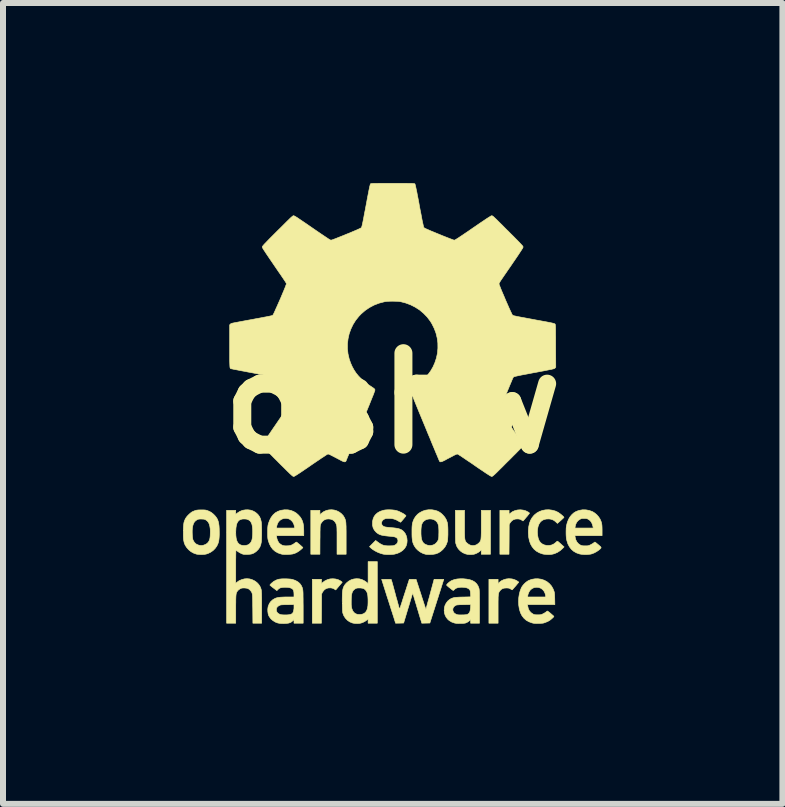
<source format=kicad_pcb>
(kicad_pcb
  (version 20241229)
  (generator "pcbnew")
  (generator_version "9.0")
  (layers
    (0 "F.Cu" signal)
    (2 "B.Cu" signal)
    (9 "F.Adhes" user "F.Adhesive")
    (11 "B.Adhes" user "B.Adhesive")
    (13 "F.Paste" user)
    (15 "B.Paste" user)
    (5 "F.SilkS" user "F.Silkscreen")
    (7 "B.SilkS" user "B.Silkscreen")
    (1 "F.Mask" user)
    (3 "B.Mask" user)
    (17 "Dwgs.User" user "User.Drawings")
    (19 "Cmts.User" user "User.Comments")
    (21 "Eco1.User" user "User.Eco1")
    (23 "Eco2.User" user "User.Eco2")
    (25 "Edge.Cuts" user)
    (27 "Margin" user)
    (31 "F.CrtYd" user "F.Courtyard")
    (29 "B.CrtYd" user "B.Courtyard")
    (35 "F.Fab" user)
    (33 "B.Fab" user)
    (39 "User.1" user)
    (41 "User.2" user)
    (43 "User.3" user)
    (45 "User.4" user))
  (footprint "oshw"
    (layer "F.Cu")
    (at 3.491 3.67)
    (property "Reference" "oshw" (at 0 0 0) (layer "F.SilkS") (effects (font (size 1.524 1.524) (thickness 0.3))))
    (attr through_hole)
    (fp_poly (pts (xy -0.95 2.928) (xy -0.907 2.939) (xy -0.868 2.959) (xy -0.851 2.971) (xy -0.838 2.982) (xy -0.892 3.046) (xy -0.947 3.111) (xy -0.96 3.102) (xy -0.984 3.088) (xy -1.007 3.08) (xy -1.032 3.076) (xy -1.035 3.076) (xy -1.074 3.078) (xy -1.108 3.089) (xy -1.136 3.108) (xy -1.159 3.136) (xy -1.168 3.15) (xy -1.182 3.179) (xy -1.183 3.422) (xy -1.185 3.665) (xy -1.337 3.665) (xy -1.337 2.933) (xy -1.184 2.933) (xy -1.184 3.005) (xy -1.161 2.984) (xy -1.125 2.958) (xy -1.085 2.939) (xy -1.041 2.927) (xy -0.995 2.924) (xy -0.95 2.928)) (stroke (width 0.01) (type solid)) (fill yes) (layer "F.SilkS"))
    (fp_poly (pts (xy 2.176 1.78) (xy 2.22 1.792) (xy 2.261 1.813) (xy 2.265 1.815) (xy 2.276 1.824) (xy 2.282 1.83) (xy 2.282 1.832) (xy 2.279 1.837) (xy 2.271 1.848) (xy 2.258 1.864) (xy 2.244 1.882) (xy 2.227 1.901) (xy 2.211 1.92) (xy 2.197 1.937) (xy 2.189 1.945) (xy 2.175 1.961) (xy 2.149 1.945) (xy 2.131 1.935) (xy 2.113 1.93) (xy 2.091 1.927) (xy 2.089 1.927) (xy 2.05 1.929) (xy 2.015 1.94) (xy 1.987 1.959) (xy 1.964 1.986) (xy 1.959 1.993) (xy 1.944 2.021) (xy 1.943 2.268) (xy 1.941 2.516) (xy 1.789 2.516) (xy 1.789 1.784) (xy 1.942 1.784) (xy 1.942 1.851) (xy 1.963 1.833) (xy 1.998 1.807) (xy 2.039 1.789) (xy 2.084 1.778) (xy 2.13 1.775) (xy 2.176 1.78)) (stroke (width 0.01) (type solid)) (fill yes) (layer "F.SilkS"))
    (fp_poly (pts (xy 1.981 2.926) (xy 2.004 2.93) (xy 2.032 2.939) (xy 2.06 2.951) (xy 2.083 2.965) (xy 2.093 2.972) (xy 2.104 2.981) (xy 2.051 3.045) (xy 2.032 3.066) (xy 2.017 3.084) (xy 2.004 3.098) (xy 1.996 3.107) (xy 1.994 3.108) (xy 1.988 3.106) (xy 1.976 3.1) (xy 1.965 3.093) (xy 1.951 3.085) (xy 1.939 3.081) (xy 1.925 3.079) (xy 1.906 3.078) (xy 1.896 3.078) (xy 1.863 3.08) (xy 1.837 3.087) (xy 1.815 3.099) (xy 1.795 3.118) (xy 1.793 3.121) (xy 1.786 3.13) (xy 1.779 3.139) (xy 1.774 3.148) (xy 1.77 3.159) (xy 1.766 3.172) (xy 1.764 3.188) (xy 1.762 3.209) (xy 1.76 3.235) (xy 1.76 3.267) (xy 1.759 3.306) (xy 1.759 3.353) (xy 1.759 3.409) (xy 1.759 3.429) (xy 1.759 3.665) (xy 1.606 3.665) (xy 1.606 2.933) (xy 1.759 2.933) (xy 1.759 3.006) (xy 1.78 2.984) (xy 1.812 2.959) (xy 1.85 2.941) (xy 1.893 2.928) (xy 1.937 2.923) (xy 1.981 2.926)) (stroke (width 0.01) (type solid)) (fill yes) (layer "F.SilkS"))
    (fp_poly (pts (xy 1.2 2.017) (xy 1.2 2.076) (xy 1.2 2.126) (xy 1.2 2.168) (xy 1.201 2.203) (xy 1.202 2.231) (xy 1.204 2.253) (xy 1.207 2.271) (xy 1.21 2.285) (xy 1.215 2.297) (xy 1.22 2.306) (xy 1.227 2.315) (xy 1.235 2.324) (xy 1.242 2.33) (xy 1.271 2.353) (xy 1.304 2.367) (xy 1.338 2.372) (xy 1.372 2.368) (xy 1.405 2.355) (xy 1.434 2.333) (xy 1.436 2.331) (xy 1.446 2.321) (xy 1.454 2.312) (xy 1.46 2.303) (xy 1.465 2.293) (xy 1.47 2.281) (xy 1.473 2.266) (xy 1.475 2.246) (xy 1.477 2.222) (xy 1.478 2.192) (xy 1.479 2.156) (xy 1.479 2.111) (xy 1.479 2.058) (xy 1.479 2.017) (xy 1.479 1.784) (xy 1.632 1.784) (xy 1.632 2.516) (xy 1.479 2.516) (xy 1.479 2.444) (xy 1.456 2.465) (xy 1.424 2.488) (xy 1.387 2.506) (xy 1.357 2.516) (xy 1.324 2.52) (xy 1.287 2.521) (xy 1.25 2.518) (xy 1.217 2.51) (xy 1.214 2.509) (xy 1.168 2.489) (xy 1.129 2.46) (xy 1.096 2.425) (xy 1.071 2.384) (xy 1.055 2.337) (xy 1.053 2.329) (xy 1.051 2.316) (xy 1.05 2.293) (xy 1.049 2.261) (xy 1.048 2.218) (xy 1.048 2.165) (xy 1.047 2.102) (xy 1.047 2.043) (xy 1.047 1.784) (xy 1.2 1.784) (xy 1.2 2.017)) (stroke (width 0.01) (type solid)) (fill yes) (layer "F.SilkS"))
    (fp_poly (pts (xy -0.972 1.779) (xy -0.929 1.792) (xy -0.889 1.812) (xy -0.853 1.839) (xy -0.822 1.872) (xy -0.801 1.907) (xy -0.795 1.92) (xy -0.79 1.932) (xy -0.786 1.945) (xy -0.782 1.96) (xy -0.779 1.977) (xy -0.777 1.997) (xy -0.776 2.022) (xy -0.774 2.052) (xy -0.774 2.088) (xy -0.773 2.131) (xy -0.773 2.182) (xy -0.773 2.242) (xy -0.773 2.261) (xy -0.773 2.516) (xy -0.925 2.516) (xy -0.925 2.285) (xy -0.925 2.231) (xy -0.925 2.185) (xy -0.925 2.147) (xy -0.926 2.117) (xy -0.926 2.093) (xy -0.927 2.074) (xy -0.928 2.059) (xy -0.929 2.047) (xy -0.931 2.038) (xy -0.933 2.029) (xy -0.935 2.021) (xy -0.951 1.987) (xy -0.973 1.96) (xy -1.002 1.941) (xy -1.036 1.93) (xy -1.07 1.927) (xy -1.106 1.931) (xy -1.139 1.945) (xy -1.167 1.968) (xy -1.189 1.998) (xy -1.196 2.01) (xy -1.198 2.016) (xy -1.2 2.022) (xy -1.202 2.029) (xy -1.204 2.038) (xy -1.205 2.05) (xy -1.206 2.065) (xy -1.207 2.085) (xy -1.207 2.11) (xy -1.208 2.142) (xy -1.208 2.182) (xy -1.208 2.23) (xy -1.209 2.276) (xy -1.21 2.516) (xy -1.362 2.516) (xy -1.362 1.784) (xy -1.21 1.784) (xy -1.21 1.856) (xy -1.184 1.833) (xy -1.147 1.806) (xy -1.105 1.787) (xy -1.062 1.777) (xy -1.017 1.774) (xy -0.972 1.779)) (stroke (width 0.01) (type solid)) (fill yes) (layer "F.SilkS"))
    (fp_poly (pts (xy 2.658 1.781) (xy 2.711 1.795) (xy 2.75 1.813) (xy 2.766 1.822) (xy 2.784 1.835) (xy 2.803 1.849) (xy 2.822 1.865) (xy 2.838 1.879) (xy 2.85 1.891) (xy 2.856 1.899) (xy 2.857 1.901) (xy 2.853 1.906) (xy 2.843 1.916) (xy 2.828 1.93) (xy 2.81 1.947) (xy 2.802 1.954) (xy 2.748 2.002) (xy 2.722 1.978) (xy 2.693 1.954) (xy 2.663 1.939) (xy 2.631 1.93) (xy 2.605 1.927) (xy 2.56 1.929) (xy 2.52 1.939) (xy 2.487 1.957) (xy 2.46 1.983) (xy 2.439 2.017) (xy 2.424 2.058) (xy 2.416 2.107) (xy 2.414 2.147) (xy 2.418 2.201) (xy 2.427 2.248) (xy 2.442 2.287) (xy 2.464 2.319) (xy 2.493 2.343) (xy 2.528 2.36) (xy 2.568 2.369) (xy 2.609 2.37) (xy 2.65 2.362) (xy 2.687 2.345) (xy 2.719 2.321) (xy 2.722 2.318) (xy 2.734 2.307) (xy 2.743 2.299) (xy 2.747 2.298) (xy 2.752 2.301) (xy 2.764 2.309) (xy 2.778 2.321) (xy 2.784 2.327) (xy 2.803 2.343) (xy 2.821 2.36) (xy 2.836 2.373) (xy 2.838 2.375) (xy 2.859 2.393) (xy 2.836 2.417) (xy 2.795 2.454) (xy 2.749 2.484) (xy 2.701 2.505) (xy 2.673 2.513) (xy 2.639 2.519) (xy 2.6 2.521) (xy 2.559 2.519) (xy 2.521 2.515) (xy 2.501 2.511) (xy 2.447 2.492) (xy 2.4 2.466) (xy 2.359 2.432) (xy 2.326 2.391) (xy 2.299 2.343) (xy 2.28 2.288) (xy 2.268 2.227) (xy 2.263 2.16) (xy 2.263 2.125) (xy 2.269 2.06) (xy 2.281 2.002) (xy 2.3 1.951) (xy 2.326 1.906) (xy 2.359 1.866) (xy 2.362 1.863) (xy 2.402 1.83) (xy 2.448 1.804) (xy 2.497 1.786) (xy 2.55 1.776) (xy 2.604 1.774) (xy 2.658 1.781)) (stroke (width 0.01) (type solid)) (fill yes) (layer "F.SilkS"))
    (fp_poly (pts (xy -0.254 3.665) (xy -0.407 3.665) (xy -0.407 3.593) (xy -0.427 3.611) (xy -0.454 3.631) (xy -0.488 3.649) (xy -0.523 3.662) (xy -0.526 3.663) (xy -0.553 3.668) (xy -0.585 3.67) (xy -0.619 3.669) (xy -0.651 3.665) (xy -0.672 3.66) (xy -0.716 3.641) (xy -0.754 3.614) (xy -0.787 3.579) (xy -0.812 3.539) (xy -0.827 3.5) (xy -0.83 3.489) (xy -0.832 3.473) (xy -0.834 3.452) (xy -0.835 3.423) (xy -0.836 3.387) (xy -0.837 3.343) (xy -0.837 3.322) (xy -0.838 3.299) (xy -0.688 3.299) (xy -0.688 3.333) (xy -0.688 3.358) (xy -0.686 3.378) (xy -0.684 3.394) (xy -0.681 3.409) (xy -0.677 3.424) (xy -0.677 3.425) (xy -0.662 3.461) (xy -0.641 3.488) (xy -0.615 3.507) (xy -0.584 3.518) (xy -0.546 3.52) (xy -0.536 3.519) (xy -0.516 3.517) (xy -0.497 3.512) (xy -0.488 3.509) (xy -0.464 3.495) (xy -0.444 3.475) (xy -0.428 3.448) (xy -0.417 3.414) (xy -0.41 3.372) (xy -0.408 3.321) (xy -0.408 3.271) (xy -0.41 3.231) (xy -0.413 3.198) (xy -0.418 3.173) (xy -0.425 3.152) (xy -0.435 3.133) (xy -0.442 3.122) (xy -0.459 3.103) (xy -0.478 3.09) (xy -0.502 3.082) (xy -0.532 3.078) (xy -0.549 3.078) (xy -0.572 3.078) (xy -0.589 3.079) (xy -0.601 3.082) (xy -0.613 3.087) (xy -0.622 3.092) (xy -0.641 3.106) (xy -0.657 3.123) (xy -0.669 3.144) (xy -0.678 3.171) (xy -0.684 3.203) (xy -0.687 3.244) (xy -0.688 3.293) (xy -0.688 3.299) (xy -0.838 3.299) (xy -0.838 3.262) (xy -0.837 3.211) (xy -0.836 3.169) (xy -0.833 3.133) (xy -0.828 3.102) (xy -0.821 3.076) (xy -0.812 3.054) (xy -0.801 3.034) (xy -0.787 3.016) (xy -0.77 2.997) (xy -0.768 2.995) (xy -0.731 2.964) (xy -0.689 2.941) (xy -0.645 2.928) (xy -0.599 2.923) (xy -0.552 2.926) (xy -0.507 2.939) (xy -0.463 2.961) (xy -0.436 2.98) (xy -0.407 3.004) (xy -0.407 2.638) (xy -0.254 2.638) (xy -0.254 3.665)) (stroke (width 0.01) (type solid)) (fill yes) (layer "F.SilkS"))
    (fp_poly (pts (xy 0.658 1.775) (xy 0.709 1.784) (xy 0.747 1.796) (xy 0.779 1.812) (xy 0.809 1.833) (xy 0.836 1.858) (xy 0.87 1.897) (xy 0.895 1.939) (xy 0.912 1.985) (xy 0.913 1.991) (xy 0.917 2.011) (xy 0.92 2.039) (xy 0.922 2.073) (xy 0.923 2.111) (xy 0.923 2.151) (xy 0.923 2.191) (xy 0.921 2.229) (xy 0.919 2.262) (xy 0.917 2.288) (xy 0.914 2.304) (xy 0.898 2.35) (xy 0.875 2.392) (xy 0.844 2.43) (xy 0.837 2.438) (xy 0.8 2.47) (xy 0.761 2.494) (xy 0.718 2.51) (xy 0.671 2.518) (xy 0.623 2.52) (xy 0.6 2.52) (xy 0.579 2.519) (xy 0.564 2.518) (xy 0.559 2.518) (xy 0.513 2.505) (xy 0.469 2.483) (xy 0.428 2.454) (xy 0.392 2.419) (xy 0.364 2.378) (xy 0.355 2.361) (xy 0.345 2.338) (xy 0.337 2.314) (xy 0.332 2.29) (xy 0.328 2.261) (xy 0.325 2.228) (xy 0.324 2.187) (xy 0.324 2.178) (xy 0.474 2.178) (xy 0.477 2.225) (xy 0.483 2.263) (xy 0.494 2.295) (xy 0.509 2.32) (xy 0.529 2.34) (xy 0.551 2.353) (xy 0.59 2.367) (xy 0.629 2.371) (xy 0.668 2.364) (xy 0.687 2.357) (xy 0.713 2.342) (xy 0.737 2.318) (xy 0.756 2.289) (xy 0.759 2.283) (xy 0.763 2.273) (xy 0.766 2.263) (xy 0.768 2.25) (xy 0.77 2.233) (xy 0.771 2.209) (xy 0.771 2.178) (xy 0.772 2.165) (xy 0.772 2.117) (xy 0.77 2.077) (xy 0.767 2.044) (xy 0.76 2.018) (xy 0.751 1.996) (xy 0.739 1.978) (xy 0.723 1.962) (xy 0.718 1.957) (xy 0.69 1.94) (xy 0.658 1.93) (xy 0.623 1.927) (xy 0.589 1.931) (xy 0.556 1.941) (xy 0.529 1.958) (xy 0.51 1.976) (xy 0.498 1.994) (xy 0.489 2.013) (xy 0.482 2.035) (xy 0.478 2.062) (xy 0.475 2.096) (xy 0.474 2.122) (xy 0.474 2.178) (xy 0.324 2.178) (xy 0.324 2.148) (xy 0.324 2.1) (xy 0.325 2.061) (xy 0.328 2.029) (xy 0.332 2.001) (xy 0.339 1.977) (xy 0.347 1.953) (xy 0.358 1.93) (xy 0.358 1.928) (xy 0.385 1.886) (xy 0.418 1.849) (xy 0.458 1.82) (xy 0.503 1.797) (xy 0.552 1.781) (xy 0.604 1.774) (xy 0.658 1.775)) (stroke (width 0.01) (type solid)) (fill yes) (layer "F.SilkS"))
    (fp_poly (pts (xy -1.743 1.776) (xy -1.693 1.786) (xy -1.647 1.804) (xy -1.604 1.83) (xy -1.57 1.86) (xy -1.542 1.891) (xy -1.52 1.924) (xy -1.503 1.959) (xy -1.491 1.998) (xy -1.483 2.043) (xy -1.48 2.095) (xy -1.479 2.13) (xy -1.479 2.206) (xy -1.933 2.206) (xy -1.93 2.235) (xy -1.925 2.26) (xy -1.915 2.287) (xy -1.902 2.312) (xy -1.888 2.332) (xy -1.879 2.339) (xy -1.856 2.356) (xy -1.835 2.367) (xy -1.813 2.373) (xy -1.787 2.376) (xy -1.766 2.376) (xy -1.728 2.374) (xy -1.697 2.368) (xy -1.668 2.356) (xy -1.639 2.338) (xy -1.633 2.333) (xy -1.619 2.323) (xy -1.607 2.315) (xy -1.601 2.313) (xy -1.596 2.316) (xy -1.585 2.324) (xy -1.57 2.337) (xy -1.552 2.351) (xy -1.535 2.366) (xy -1.518 2.381) (xy -1.505 2.393) (xy -1.497 2.401) (xy -1.494 2.404) (xy -1.498 2.411) (xy -1.509 2.421) (xy -1.524 2.435) (xy -1.541 2.449) (xy -1.56 2.463) (xy -1.577 2.474) (xy -1.581 2.477) (xy -1.61 2.493) (xy -1.638 2.504) (xy -1.666 2.512) (xy -1.699 2.516) (xy -1.738 2.519) (xy -1.751 2.519) (xy -1.783 2.52) (xy -1.807 2.519) (xy -1.827 2.518) (xy -1.844 2.515) (xy -1.859 2.511) (xy -1.911 2.493) (xy -1.956 2.467) (xy -1.995 2.433) (xy -2.026 2.392) (xy -2.052 2.342) (xy -2.07 2.29) (xy -2.074 2.274) (xy -2.077 2.259) (xy -2.079 2.242) (xy -2.08 2.222) (xy -2.081 2.196) (xy -2.081 2.163) (xy -2.081 2.15) (xy -2.081 2.114) (xy -2.08 2.086) (xy -2.08 2.079) (xy -1.933 2.079) (xy -1.631 2.079) (xy -1.634 2.055) (xy -1.644 2.017) (xy -1.66 1.984) (xy -1.683 1.956) (xy -1.71 1.935) (xy -1.735 1.924) (xy -1.774 1.917) (xy -1.811 1.92) (xy -1.845 1.931) (xy -1.875 1.95) (xy -1.9 1.976) (xy -1.918 2.008) (xy -1.929 2.046) (xy -1.93 2.053) (xy -1.933 2.079) (xy -2.08 2.079) (xy -2.079 2.065) (xy -2.077 2.047) (xy -2.075 2.032) (xy -2.071 2.016) (xy -2.07 2.01) (xy -2.049 1.952) (xy -2.023 1.902) (xy -1.991 1.86) (xy -1.954 1.826) (xy -1.91 1.801) (xy -1.862 1.784) (xy -1.807 1.776) (xy -1.799 1.775) (xy -1.743 1.776)) (stroke (width 0.01) (type solid)) (fill yes) (layer "F.SilkS"))
    (fp_poly (pts (xy 2.477 2.932) (xy 2.529 2.949) (xy 2.575 2.974) (xy 2.615 3.007) (xy 2.65 3.047) (xy 2.676 3.094) (xy 2.687 3.122) (xy 2.692 3.136) (xy 2.696 3.149) (xy 2.698 3.163) (xy 2.7 3.18) (xy 2.701 3.201) (xy 2.702 3.23) (xy 2.703 3.257) (xy 2.705 3.355) (xy 2.25 3.355) (xy 2.254 3.384) (xy 2.263 3.424) (xy 2.281 3.459) (xy 2.308 3.489) (xy 2.341 3.512) (xy 2.353 3.518) (xy 2.365 3.522) (xy 2.379 3.524) (xy 2.397 3.525) (xy 2.42 3.525) (xy 2.444 3.525) (xy 2.462 3.524) (xy 2.477 3.521) (xy 2.49 3.517) (xy 2.506 3.509) (xy 2.526 3.499) (xy 2.545 3.487) (xy 2.558 3.478) (xy 2.57 3.468) (xy 2.579 3.462) (xy 2.581 3.462) (xy 2.587 3.465) (xy 2.598 3.473) (xy 2.614 3.485) (xy 2.631 3.499) (xy 2.649 3.515) (xy 2.665 3.529) (xy 2.679 3.541) (xy 2.687 3.549) (xy 2.689 3.552) (xy 2.685 3.558) (xy 2.676 3.569) (xy 2.662 3.582) (xy 2.646 3.596) (xy 2.63 3.609) (xy 2.616 3.619) (xy 2.599 3.629) (xy 2.577 3.64) (xy 2.554 3.649) (xy 2.55 3.651) (xy 2.533 3.657) (xy 2.518 3.662) (xy 2.502 3.665) (xy 2.484 3.666) (xy 2.461 3.668) (xy 2.435 3.668) (xy 2.402 3.669) (xy 2.378 3.668) (xy 2.358 3.667) (xy 2.341 3.664) (xy 2.325 3.66) (xy 2.273 3.641) (xy 2.227 3.615) (xy 2.189 3.581) (xy 2.157 3.54) (xy 2.132 3.491) (xy 2.115 3.435) (xy 2.112 3.423) (xy 2.103 3.365) (xy 2.1 3.304) (xy 2.103 3.242) (xy 2.105 3.228) (xy 2.251 3.228) (xy 2.553 3.228) (xy 2.55 3.201) (xy 2.54 3.163) (xy 2.523 3.13) (xy 2.499 3.102) (xy 2.47 3.082) (xy 2.437 3.07) (xy 2.401 3.066) (xy 2.363 3.071) (xy 2.354 3.074) (xy 2.323 3.089) (xy 2.296 3.112) (xy 2.275 3.142) (xy 2.26 3.178) (xy 2.254 3.204) (xy 2.251 3.228) (xy 2.105 3.228) (xy 2.112 3.183) (xy 2.126 3.128) (xy 2.145 3.079) (xy 2.153 3.063) (xy 2.171 3.037) (xy 2.194 3.01) (xy 2.221 2.985) (xy 2.248 2.965) (xy 2.268 2.953) (xy 2.32 2.934) (xy 2.374 2.925) (xy 2.422 2.924) (xy 2.477 2.932)) (stroke (width 0.01) (type solid)) (fill yes) (layer "F.SilkS"))
    (fp_poly (pts (xy 3.223 1.776) (xy 3.277 1.786) (xy 3.328 1.804) (xy 3.341 1.811) (xy 3.372 1.831) (xy 3.404 1.858) (xy 3.432 1.89) (xy 3.454 1.923) (xy 3.458 1.93) (xy 3.469 1.954) (xy 3.478 1.977) (xy 3.484 2.001) (xy 3.489 2.029) (xy 3.491 2.062) (xy 3.492 2.102) (xy 3.492 2.118) (xy 3.492 2.206) (xy 3.039 2.206) (xy 3.043 2.23) (xy 3.053 2.273) (xy 3.071 2.309) (xy 3.096 2.339) (xy 3.127 2.361) (xy 3.13 2.362) (xy 3.145 2.369) (xy 3.158 2.373) (xy 3.173 2.375) (xy 3.192 2.376) (xy 3.21 2.376) (xy 3.234 2.376) (xy 3.252 2.375) (xy 3.266 2.372) (xy 3.281 2.367) (xy 3.296 2.36) (xy 3.316 2.349) (xy 3.336 2.338) (xy 3.35 2.328) (xy 3.362 2.319) (xy 3.37 2.314) (xy 3.373 2.313) (xy 3.378 2.316) (xy 3.389 2.324) (xy 3.405 2.337) (xy 3.424 2.353) (xy 3.429 2.357) (xy 3.451 2.376) (xy 3.466 2.389) (xy 3.474 2.4) (xy 3.475 2.409) (xy 3.468 2.419) (xy 3.456 2.431) (xy 3.438 2.446) (xy 3.402 2.471) (xy 3.362 2.493) (xy 3.32 2.509) (xy 3.301 2.514) (xy 3.268 2.518) (xy 3.23 2.521) (xy 3.19 2.52) (xy 3.152 2.517) (xy 3.121 2.512) (xy 3.117 2.511) (xy 3.065 2.493) (xy 3.019 2.467) (xy 2.981 2.434) (xy 2.949 2.393) (xy 2.923 2.345) (xy 2.905 2.289) (xy 2.897 2.253) (xy 2.895 2.231) (xy 2.893 2.201) (xy 2.892 2.167) (xy 2.892 2.132) (xy 2.893 2.098) (xy 2.894 2.079) (xy 3.04 2.079) (xy 3.344 2.079) (xy 3.342 2.062) (xy 3.33 2.018) (xy 3.314 1.982) (xy 3.291 1.954) (xy 3.263 1.934) (xy 3.248 1.926) (xy 3.235 1.922) (xy 3.22 1.92) (xy 3.199 1.919) (xy 3.192 1.919) (xy 3.17 1.919) (xy 3.153 1.921) (xy 3.14 1.925) (xy 3.126 1.932) (xy 3.122 1.934) (xy 3.091 1.956) (xy 3.067 1.986) (xy 3.051 2.022) (xy 3.043 2.057) (xy 3.04 2.079) (xy 2.894 2.079) (xy 2.895 2.069) (xy 2.897 2.047) (xy 2.912 1.987) (xy 2.933 1.934) (xy 2.96 1.889) (xy 2.989 1.855) (xy 3.02 1.827) (xy 3.052 1.807) (xy 3.088 1.792) (xy 3.114 1.784) (xy 3.168 1.775) (xy 3.223 1.776)) (stroke (width 0.01) (type solid)) (fill yes) (layer "F.SilkS"))
    (fp_poly (pts (xy -3.155 1.777) (xy -3.131 1.778) (xy -3.113 1.78) (xy -3.097 1.784) (xy -3.09 1.786) (xy -3.054 1.801) (xy -3.023 1.817) (xy -2.995 1.839) (xy -2.982 1.85) (xy -2.956 1.877) (xy -2.935 1.904) (xy -2.918 1.932) (xy -2.906 1.964) (xy -2.897 2) (xy -2.891 2.043) (xy -2.888 2.092) (xy -2.887 2.146) (xy -2.887 2.194) (xy -2.889 2.233) (xy -2.892 2.266) (xy -2.896 2.294) (xy -2.902 2.318) (xy -2.908 2.337) (xy -2.928 2.38) (xy -2.957 2.42) (xy -2.992 2.455) (xy -3.033 2.483) (xy -3.077 2.504) (xy -3.106 2.513) (xy -3.134 2.518) (xy -3.168 2.52) (xy -3.204 2.52) (xy -3.238 2.518) (xy -3.267 2.514) (xy -3.27 2.513) (xy -3.315 2.497) (xy -3.358 2.473) (xy -3.396 2.442) (xy -3.429 2.405) (xy -3.455 2.365) (xy -3.467 2.337) (xy -3.474 2.314) (xy -3.479 2.29) (xy -3.483 2.263) (xy -3.485 2.232) (xy -3.486 2.195) (xy -3.486 2.154) (xy -3.338 2.154) (xy -3.337 2.188) (xy -3.335 2.22) (xy -3.331 2.249) (xy -3.327 2.271) (xy -3.324 2.28) (xy -3.305 2.313) (xy -3.281 2.339) (xy -3.264 2.35) (xy -3.228 2.365) (xy -3.192 2.371) (xy -3.156 2.367) (xy -3.118 2.353) (xy -3.117 2.353) (xy -3.091 2.336) (xy -3.07 2.315) (xy -3.053 2.285) (xy -3.05 2.28) (xy -3.046 2.263) (xy -3.041 2.238) (xy -3.038 2.208) (xy -3.037 2.175) (xy -3.036 2.141) (xy -3.037 2.108) (xy -3.038 2.09) (xy -3.045 2.046) (xy -3.055 2.011) (xy -3.07 1.982) (xy -3.09 1.959) (xy -3.116 1.941) (xy -3.118 1.94) (xy -3.13 1.935) (xy -3.144 1.931) (xy -3.161 1.93) (xy -3.186 1.929) (xy -3.187 1.929) (xy -3.212 1.929) (xy -3.23 1.931) (xy -3.243 1.934) (xy -3.255 1.94) (xy -3.256 1.94) (xy -3.282 1.958) (xy -3.303 1.98) (xy -3.318 2.008) (xy -3.329 2.044) (xy -3.336 2.087) (xy -3.336 2.09) (xy -3.338 2.121) (xy -3.338 2.154) (xy -3.486 2.154) (xy -3.486 2.15) (xy -3.486 2.125) (xy -3.485 2.082) (xy -3.483 2.047) (xy -3.48 2.018) (xy -3.477 1.994) (xy -3.472 1.974) (xy -3.465 1.954) (xy -3.456 1.934) (xy -3.453 1.926) (xy -3.44 1.906) (xy -3.422 1.882) (xy -3.399 1.858) (xy -3.375 1.836) (xy -3.353 1.818) (xy -3.337 1.808) (xy -3.31 1.796) (xy -3.286 1.787) (xy -3.263 1.781) (xy -3.237 1.778) (xy -3.205 1.777) (xy -3.187 1.777) (xy -3.155 1.777)) (stroke (width 0.01) (type solid)) (fill yes) (layer "F.SilkS"))
    (fp_poly (pts (xy 0.337 2.934) (xy 0.393 2.935) (xy 0.474 3.184) (xy 0.489 3.232) (xy 0.504 3.277) (xy 0.517 3.318) (xy 0.529 3.355) (xy 0.539 3.385) (xy 0.547 3.409) (xy 0.552 3.426) (xy 0.555 3.433) (xy 0.555 3.434) (xy 0.557 3.43) (xy 0.561 3.416) (xy 0.567 3.395) (xy 0.575 3.366) (xy 0.584 3.332) (xy 0.595 3.292) (xy 0.608 3.247) (xy 0.621 3.2) (xy 0.625 3.184) (xy 0.693 2.933) (xy 0.774 2.933) (xy 0.801 2.933) (xy 0.824 2.933) (xy 0.842 2.934) (xy 0.852 2.934) (xy 0.854 2.934) (xy 0.852 2.939) (xy 0.848 2.953) (xy 0.841 2.975) (xy 0.832 3.004) (xy 0.82 3.041) (xy 0.807 3.083) (xy 0.792 3.13) (xy 0.775 3.182) (xy 0.758 3.237) (xy 0.739 3.295) (xy 0.738 3.299) (xy 0.622 3.662) (xy 0.488 3.665) (xy 0.475 3.621) (xy 0.47 3.606) (xy 0.463 3.583) (xy 0.454 3.553) (xy 0.443 3.517) (xy 0.431 3.476) (xy 0.418 3.433) (xy 0.404 3.387) (xy 0.399 3.368) (xy 0.385 3.324) (xy 0.373 3.283) (xy 0.362 3.247) (xy 0.353 3.215) (xy 0.345 3.191) (xy 0.339 3.173) (xy 0.336 3.163) (xy 0.335 3.162) (xy 0.334 3.167) (xy 0.33 3.181) (xy 0.323 3.203) (xy 0.315 3.232) (xy 0.304 3.267) (xy 0.292 3.307) (xy 0.279 3.351) (xy 0.265 3.398) (xy 0.26 3.413) (xy 0.185 3.662) (xy 0.118 3.664) (xy 0.051 3.665) (xy 0.031 3.6) (xy 0.026 3.584) (xy 0.018 3.558) (xy 0.007 3.525) (xy -0.005 3.486) (xy -0.02 3.442) (xy -0.035 3.393) (xy -0.052 3.341) (xy -0.069 3.286) (xy -0.086 3.235) (xy -0.181 2.935) (xy -0.103 2.934) (xy -0.072 2.934) (xy -0.048 2.934) (xy -0.03 2.935) (xy -0.021 2.937) (xy -0.021 2.938) (xy -0.019 2.943) (xy -0.015 2.958) (xy -0.008 2.98) (xy -0.000047 3.01) (xy 0.01 3.045) (xy 0.021 3.086) (xy 0.033 3.13) (xy 0.046 3.178) (xy 0.048 3.187) (xy 0.061 3.235) (xy 0.074 3.279) (xy 0.085 3.32) (xy 0.095 3.356) (xy 0.103 3.386) (xy 0.11 3.409) (xy 0.114 3.424) (xy 0.117 3.431) (xy 0.117 3.431) (xy 0.119 3.426) (xy 0.124 3.413) (xy 0.131 3.394) (xy 0.139 3.369) (xy 0.149 3.34) (xy 0.151 3.333) (xy 0.161 3.302) (xy 0.173 3.263) (xy 0.187 3.22) (xy 0.202 3.174) (xy 0.217 3.128) (xy 0.231 3.085) (xy 0.231 3.084) (xy 0.28 2.933) (xy 0.337 2.934)) (stroke (width 0.01) (type solid)) (fill yes) (layer "F.SilkS"))
    (fp_poly (pts (xy -1.775 2.925) (xy -1.739 2.927) (xy -1.707 2.929) (xy -1.68 2.933) (xy -1.67 2.935) (xy -1.62 2.952) (xy -1.578 2.975) (xy -1.545 3.003) (xy -1.52 3.038) (xy -1.502 3.078) (xy -1.495 3.111) (xy -1.494 3.124) (xy -1.492 3.146) (xy -1.491 3.177) (xy -1.491 3.216) (xy -1.49 3.262) (xy -1.49 3.314) (xy -1.489 3.372) (xy -1.489 3.404) (xy -1.489 3.665) (xy -1.642 3.665) (xy -1.642 3.606) (xy -1.665 3.627) (xy -1.685 3.644) (xy -1.708 3.656) (xy -1.735 3.664) (xy -1.769 3.668) (xy -1.811 3.67) (xy -1.819 3.67) (xy -1.852 3.669) (xy -1.882 3.667) (xy -1.904 3.663) (xy -1.911 3.662) (xy -1.953 3.646) (xy -1.992 3.622) (xy -2.026 3.593) (xy -2.052 3.558) (xy -2.063 3.539) (xy -2.073 3.507) (xy -2.078 3.47) (xy -2.079 3.44) (xy -1.937 3.44) (xy -1.932 3.468) (xy -1.919 3.49) (xy -1.896 3.508) (xy -1.868 3.521) (xy -1.85 3.524) (xy -1.825 3.526) (xy -1.797 3.527) (xy -1.767 3.527) (xy -1.738 3.525) (xy -1.715 3.522) (xy -1.705 3.52) (xy -1.687 3.513) (xy -1.673 3.505) (xy -1.668 3.5) (xy -1.655 3.481) (xy -1.647 3.452) (xy -1.642 3.417) (xy -1.642 3.397) (xy -1.642 3.354) (xy -1.752 3.356) (xy -1.789 3.356) (xy -1.817 3.357) (xy -1.838 3.358) (xy -1.853 3.359) (xy -1.865 3.361) (xy -1.874 3.364) (xy -1.882 3.367) (xy -1.888 3.37) (xy -1.914 3.387) (xy -1.93 3.408) (xy -1.936 3.434) (xy -1.937 3.44) (xy -2.079 3.44) (xy -2.079 3.431) (xy -2.074 3.393) (xy -2.069 3.377) (xy -2.052 3.336) (xy -2.026 3.301) (xy -1.993 3.272) (xy -1.954 3.25) (xy -1.948 3.248) (xy -1.927 3.241) (xy -1.902 3.236) (xy -1.872 3.232) (xy -1.836 3.23) (xy -1.792 3.228) (xy -1.74 3.228) (xy -1.74 3.228) (xy -1.642 3.228) (xy -1.642 3.181) (xy -1.644 3.146) (xy -1.65 3.119) (xy -1.662 3.099) (xy -1.681 3.085) (xy -1.707 3.075) (xy -1.73 3.07) (xy -1.758 3.067) (xy -1.789 3.066) (xy -1.82 3.067) (xy -1.848 3.071) (xy -1.869 3.076) (xy -1.873 3.077) (xy -1.889 3.086) (xy -1.905 3.099) (xy -1.91 3.104) (xy -1.927 3.122) (xy -1.985 3.078) (xy -2.006 3.062) (xy -2.023 3.048) (xy -2.036 3.037) (xy -2.043 3.03) (xy -2.043 3.029) (xy -2.04 3.024) (xy -2.031 3.013) (xy -2.018 3) (xy -2.015 2.997) (xy -1.979 2.968) (xy -1.936 2.945) (xy -1.896 2.932) (xy -1.874 2.929) (xy -1.845 2.926) (xy -1.811 2.925) (xy -1.775 2.925)) (stroke (width 0.01) (type solid)) (fill yes) (layer "F.SilkS"))
    (fp_poly (pts (xy -0.042 1.775) (xy -0.004 1.777) (xy 0.032 1.781) (xy 0.061 1.787) (xy 0.061 1.787) (xy 0.085 1.794) (xy 0.111 1.804) (xy 0.137 1.817) (xy 0.163 1.83) (xy 0.186 1.843) (xy 0.205 1.856) (xy 0.218 1.867) (xy 0.224 1.875) (xy 0.224 1.876) (xy 0.221 1.881) (xy 0.212 1.892) (xy 0.2 1.906) (xy 0.186 1.924) (xy 0.171 1.941) (xy 0.157 1.958) (xy 0.145 1.971) (xy 0.137 1.98) (xy 0.134 1.982) (xy 0.129 1.98) (xy 0.117 1.974) (xy 0.101 1.965) (xy 0.097 1.962) (xy 0.061 1.943) (xy 0.027 1.93) (xy -0.008 1.922) (xy -0.047 1.919) (xy -0.059 1.919) (xy -0.084 1.919) (xy -0.102 1.92) (xy -0.116 1.922) (xy -0.127 1.926) (xy -0.139 1.932) (xy -0.162 1.947) (xy -0.176 1.967) (xy -0.183 1.989) (xy -0.182 2.011) (xy -0.173 2.031) (xy -0.156 2.047) (xy -0.146 2.053) (xy -0.135 2.057) (xy -0.121 2.061) (xy -0.103 2.064) (xy -0.079 2.067) (xy -0.047 2.07) (xy -0.03 2.072) (xy 0.019 2.076) (xy 0.059 2.081) (xy 0.092 2.087) (xy 0.119 2.095) (xy 0.141 2.104) (xy 0.161 2.116) (xy 0.179 2.131) (xy 0.188 2.14) (xy 0.211 2.17) (xy 0.228 2.206) (xy 0.239 2.246) (xy 0.243 2.288) (xy 0.24 2.33) (xy 0.229 2.37) (xy 0.224 2.382) (xy 0.202 2.418) (xy 0.171 2.45) (xy 0.133 2.477) (xy 0.089 2.498) (xy 0.041 2.512) (xy 0.034 2.514) (xy 0.005 2.518) (xy -0.029 2.52) (xy -0.066 2.521) (xy -0.102 2.52) (xy -0.134 2.517) (xy -0.155 2.514) (xy -0.201 2.501) (xy -0.247 2.483) (xy -0.29 2.461) (xy -0.329 2.437) (xy -0.361 2.412) (xy -0.371 2.402) (xy -0.383 2.389) (xy -0.281 2.286) (xy -0.247 2.312) (xy -0.213 2.336) (xy -0.182 2.354) (xy -0.152 2.366) (xy -0.119 2.373) (xy -0.08 2.376) (xy -0.053 2.376) (xy -0.02 2.375) (xy 0.005 2.374) (xy 0.024 2.37) (xy 0.04 2.363) (xy 0.055 2.354) (xy 0.065 2.346) (xy 0.081 2.327) (xy 0.089 2.305) (xy 0.09 2.281) (xy 0.083 2.26) (xy 0.072 2.245) (xy 0.064 2.239) (xy 0.053 2.233) (xy 0.04 2.228) (xy 0.022 2.224) (xy -0.002 2.221) (xy -0.034 2.217) (xy -0.069 2.214) (xy -0.116 2.209) (xy -0.154 2.203) (xy -0.185 2.197) (xy -0.212 2.188) (xy -0.234 2.177) (xy -0.254 2.164) (xy -0.274 2.147) (xy -0.277 2.144) (xy -0.304 2.112) (xy -0.323 2.076) (xy -0.333 2.034) (xy -0.334 2.019) (xy -0.333 1.969) (xy -0.323 1.924) (xy -0.305 1.884) (xy -0.278 1.85) (xy -0.243 1.821) (xy -0.201 1.799) (xy -0.15 1.783) (xy -0.142 1.781) (xy -0.114 1.777) (xy -0.08 1.775) (xy -0.042 1.775)) (stroke (width 0.01) (type solid)) (fill yes) (layer "F.SilkS"))
    (fp_poly (pts (xy 1.174 2.924) (xy 1.235 2.93) (xy 1.288 2.94) (xy 1.333 2.956) (xy 1.37 2.978) (xy 1.4 3.006) (xy 1.423 3.04) (xy 1.439 3.079) (xy 1.441 3.087) (xy 1.443 3.095) (xy 1.444 3.104) (xy 1.445 3.115) (xy 1.446 3.129) (xy 1.447 3.148) (xy 1.448 3.171) (xy 1.448 3.199) (xy 1.448 3.234) (xy 1.449 3.277) (xy 1.449 3.328) (xy 1.449 3.388) (xy 1.449 3.665) (xy 1.301 3.665) (xy 1.301 3.603) (xy 1.284 3.621) (xy 1.27 3.633) (xy 1.251 3.646) (xy 1.237 3.653) (xy 1.225 3.659) (xy 1.213 3.663) (xy 1.2 3.665) (xy 1.184 3.667) (xy 1.162 3.668) (xy 1.134 3.668) (xy 1.097 3.669) (xy 1.069 3.668) (xy 1.048 3.665) (xy 1.032 3.662) (xy 0.985 3.645) (xy 0.944 3.62) (xy 0.923 3.602) (xy 0.895 3.568) (xy 0.876 3.531) (xy 0.864 3.49) (xy 0.861 3.448) (xy 0.863 3.426) (xy 1.005 3.426) (xy 1.005 3.451) (xy 1.009 3.464) (xy 1.02 3.486) (xy 1.037 3.503) (xy 1.061 3.516) (xy 1.065 3.518) (xy 1.077 3.522) (xy 1.09 3.525) (xy 1.105 3.526) (xy 1.125 3.527) (xy 1.153 3.527) (xy 1.161 3.526) (xy 1.191 3.526) (xy 1.213 3.524) (xy 1.229 3.523) (xy 1.241 3.52) (xy 1.251 3.516) (xy 1.253 3.515) (xy 1.27 3.503) (xy 1.283 3.486) (xy 1.292 3.463) (xy 1.297 3.432) (xy 1.3 3.406) (xy 1.303 3.354) (xy 1.189 3.356) (xy 1.15 3.357) (xy 1.12 3.357) (xy 1.097 3.359) (xy 1.08 3.36) (xy 1.068 3.362) (xy 1.058 3.365) (xy 1.056 3.366) (xy 1.031 3.382) (xy 1.014 3.402) (xy 1.005 3.426) (xy 0.863 3.426) (xy 0.864 3.407) (xy 0.875 3.367) (xy 0.894 3.33) (xy 0.919 3.297) (xy 0.951 3.27) (xy 0.971 3.258) (xy 0.987 3.25) (xy 1.002 3.245) (xy 1.018 3.24) (xy 1.037 3.236) (xy 1.06 3.234) (xy 1.088 3.232) (xy 1.123 3.23) (xy 1.167 3.229) (xy 1.174 3.229) (xy 1.303 3.226) (xy 1.3 3.177) (xy 1.298 3.151) (xy 1.296 3.133) (xy 1.292 3.119) (xy 1.287 3.109) (xy 1.27 3.091) (xy 1.244 3.078) (xy 1.21 3.069) (xy 1.168 3.066) (xy 1.136 3.066) (xy 1.098 3.07) (xy 1.067 3.079) (xy 1.044 3.092) (xy 1.03 3.105) (xy 1.02 3.115) (xy 1.012 3.119) (xy 1.01 3.119) (xy 1.002 3.114) (xy 0.988 3.104) (xy 0.972 3.091) (xy 0.953 3.076) (xy 0.935 3.062) (xy 0.919 3.048) (xy 0.907 3.037) (xy 0.901 3.031) (xy 0.901 3.03) (xy 0.903 3.023) (xy 0.912 3.011) (xy 0.926 2.997) (xy 0.944 2.982) (xy 0.962 2.968) (xy 0.981 2.957) (xy 0.987 2.954) (xy 1.029 2.938) (xy 1.077 2.928) (xy 1.132 2.924) (xy 1.174 2.924)) (stroke (width 0.01) (type solid)) (fill yes) (layer "F.SilkS"))
    (fp_poly (pts (xy -2.365 1.781) (xy -2.326 1.794) (xy -2.289 1.814) (xy -2.278 1.822) (xy -2.244 1.852) (xy -2.218 1.887) (xy -2.199 1.927) (xy -2.188 1.974) (xy -2.186 1.984) (xy -2.184 2.004) (xy -2.183 2.032) (xy -2.182 2.066) (xy -2.181 2.105) (xy -2.181 2.145) (xy -2.181 2.186) (xy -2.182 2.224) (xy -2.183 2.259) (xy -2.184 2.288) (xy -2.186 2.309) (xy -2.186 2.311) (xy -2.196 2.358) (xy -2.212 2.399) (xy -2.236 2.434) (xy -2.267 2.465) (xy -2.276 2.473) (xy -2.302 2.491) (xy -2.329 2.505) (xy -2.357 2.513) (xy -2.39 2.517) (xy -2.427 2.519) (xy -2.454 2.518) (xy -2.473 2.518) (xy -2.487 2.516) (xy -2.5 2.512) (xy -2.514 2.507) (xy -2.521 2.503) (xy -2.546 2.491) (xy -2.571 2.475) (xy -2.6 2.454) (xy -2.606 2.449) (xy -2.608 2.449) (xy -2.609 2.454) (xy -2.61 2.464) (xy -2.611 2.48) (xy -2.611 2.502) (xy -2.612 2.53) (xy -2.612 2.567) (xy -2.613 2.611) (xy -2.613 2.665) (xy -2.613 2.722) (xy -2.613 3) (xy -2.591 2.981) (xy -2.555 2.956) (xy -2.512 2.938) (xy -2.467 2.926) (xy -2.425 2.923) (xy -2.381 2.927) (xy -2.338 2.94) (xy -2.297 2.96) (xy -2.261 2.986) (xy -2.231 3.017) (xy -2.209 3.051) (xy -2.203 3.064) (xy -2.198 3.075) (xy -2.194 3.087) (xy -2.19 3.099) (xy -2.187 3.113) (xy -2.185 3.13) (xy -2.184 3.15) (xy -2.182 3.176) (xy -2.182 3.207) (xy -2.181 3.244) (xy -2.181 3.289) (xy -2.181 3.342) (xy -2.181 3.399) (xy -2.181 3.665) (xy -2.327 3.665) (xy -2.329 3.427) (xy -2.33 3.369) (xy -2.33 3.319) (xy -2.331 3.278) (xy -2.332 3.245) (xy -2.333 3.217) (xy -2.335 3.195) (xy -2.337 3.178) (xy -2.341 3.164) (xy -2.345 3.153) (xy -2.35 3.144) (xy -2.356 3.135) (xy -2.363 3.126) (xy -2.367 3.121) (xy -2.387 3.101) (xy -2.409 3.088) (xy -2.434 3.081) (xy -2.465 3.078) (xy -2.47 3.078) (xy -2.494 3.078) (xy -2.511 3.08) (xy -2.525 3.084) (xy -2.539 3.091) (xy -2.557 3.103) (xy -2.575 3.118) (xy -2.581 3.125) (xy -2.588 3.135) (xy -2.594 3.144) (xy -2.599 3.154) (xy -2.603 3.165) (xy -2.606 3.179) (xy -2.608 3.196) (xy -2.61 3.218) (xy -2.611 3.244) (xy -2.612 3.277) (xy -2.612 3.318) (xy -2.613 3.366) (xy -2.613 3.424) (xy -2.613 3.665) (xy -2.765 3.665) (xy -2.765 2.148) (xy -2.613 2.148) (xy -2.611 2.202) (xy -2.606 2.247) (xy -2.597 2.284) (xy -2.584 2.314) (xy -2.567 2.337) (xy -2.545 2.354) (xy -2.539 2.357) (xy -2.512 2.367) (xy -2.479 2.371) (xy -2.446 2.369) (xy -2.415 2.361) (xy -2.406 2.358) (xy -2.38 2.34) (xy -2.36 2.316) (xy -2.346 2.288) (xy -2.339 2.26) (xy -2.334 2.224) (xy -2.331 2.184) (xy -2.33 2.142) (xy -2.331 2.101) (xy -2.335 2.062) (xy -2.34 2.029) (xy -2.341 2.024) (xy -2.354 1.989) (xy -2.373 1.962) (xy -2.399 1.943) (xy -2.43 1.931) (xy -2.458 1.928) (xy -2.496 1.928) (xy -2.528 1.935) (xy -2.554 1.948) (xy -2.575 1.969) (xy -2.591 1.997) (xy -2.602 2.033) (xy -2.609 2.078) (xy -2.612 2.131) (xy -2.613 2.148) (xy -2.765 2.148) (xy -2.765 1.784) (xy -2.613 1.784) (xy -2.613 1.85) (xy -2.586 1.829) (xy -2.544 1.802) (xy -2.5 1.784) (xy -2.452 1.776) (xy -2.41 1.775) (xy -2.365 1.781)) (stroke (width 0.01) (type solid)) (fill yes) (layer "F.SilkS"))
    (fp_poly (pts (xy 0.072 -3.665) (xy 0.132 -3.665) (xy 0.183 -3.665) (xy 0.226 -3.665) (xy 0.262 -3.664) (xy 0.291 -3.664) (xy 0.315 -3.664) (xy 0.333 -3.663) (xy 0.347 -3.662) (xy 0.357 -3.661) (xy 0.364 -3.66) (xy 0.368 -3.659) (xy 0.371 -3.657) (xy 0.373 -3.655) (xy 0.373 -3.655) (xy 0.375 -3.65) (xy 0.379 -3.638) (xy 0.383 -3.62) (xy 0.389 -3.594) (xy 0.396 -3.56) (xy 0.405 -3.519) (xy 0.414 -3.469) (xy 0.426 -3.409) (xy 0.439 -3.341) (xy 0.447 -3.293) (xy 0.461 -3.219) (xy 0.474 -3.154) (xy 0.484 -3.099) (xy 0.493 -3.052) (xy 0.501 -3.013) (xy 0.508 -2.983) (xy 0.513 -2.959) (xy 0.517 -2.942) (xy 0.521 -2.932) (xy 0.523 -2.928) (xy 0.527 -2.924) (xy 0.537 -2.918) (xy 0.553 -2.91) (xy 0.575 -2.9) (xy 0.603 -2.888) (xy 0.639 -2.872) (xy 0.683 -2.854) (xy 0.736 -2.832) (xy 0.773 -2.817) (xy 0.826 -2.795) (xy 0.874 -2.776) (xy 0.917 -2.759) (xy 0.955 -2.744) (xy 0.985 -2.733) (xy 1.008 -2.724) (xy 1.024 -2.719) (xy 1.03 -2.718) (xy 1.035 -2.719) (xy 1.044 -2.724) (xy 1.057 -2.731) (xy 1.074 -2.742) (xy 1.097 -2.756) (xy 1.125 -2.775) (xy 1.16 -2.798) (xy 1.201 -2.826) (xy 1.249 -2.858) (xy 1.304 -2.896) (xy 1.34 -2.921) (xy 1.403 -2.964) (xy 1.458 -3.002) (xy 1.506 -3.034) (xy 1.546 -3.061) (xy 1.579 -3.083) (xy 1.606 -3.1) (xy 1.626 -3.112) (xy 1.64 -3.121) (xy 1.649 -3.125) (xy 1.651 -3.125) (xy 1.655 -3.125) (xy 1.659 -3.125) (xy 1.663 -3.123) (xy 1.669 -3.119) (xy 1.677 -3.114) (xy 1.687 -3.105) (xy 1.7 -3.093) (xy 1.716 -3.078) (xy 1.737 -3.058) (xy 1.761 -3.034) (xy 1.791 -3.004) (xy 1.827 -2.969) (xy 1.868 -2.927) (xy 1.916 -2.879) (xy 1.922 -2.874) (xy 1.971 -2.824) (xy 2.014 -2.782) (xy 2.05 -2.745) (xy 2.081 -2.714) (xy 2.106 -2.688) (xy 2.126 -2.667) (xy 2.142 -2.65) (xy 2.155 -2.636) (xy 2.164 -2.626) (xy 2.17 -2.618) (xy 2.173 -2.612) (xy 2.175 -2.607) (xy 2.176 -2.604) (xy 2.174 -2.599) (xy 2.171 -2.591) (xy 2.164 -2.578) (xy 2.154 -2.562) (xy 2.14 -2.54) (xy 2.122 -2.513) (xy 2.1 -2.479) (xy 2.073 -2.439) (xy 2.041 -2.392) (xy 2.012 -2.35) (xy 1.981 -2.304) (xy 1.95 -2.259) (xy 1.92 -2.216) (xy 1.893 -2.176) (xy 1.868 -2.14) (xy 1.846 -2.108) (xy 1.829 -2.083) (xy 1.816 -2.064) (xy 1.811 -2.057) (xy 1.797 -2.036) (xy 1.786 -2.016) (xy 1.777 -2) (xy 1.774 -1.991) (xy 1.774 -1.99) (xy 1.776 -1.982) (xy 1.782 -1.966) (xy 1.791 -1.943) (xy 1.802 -1.914) (xy 1.816 -1.88) (xy 1.832 -1.842) (xy 1.85 -1.801) (xy 1.868 -1.758) (xy 1.886 -1.715) (xy 1.905 -1.672) (xy 1.923 -1.631) (xy 1.94 -1.592) (xy 1.956 -1.557) (xy 1.97 -1.526) (xy 1.982 -1.502) (xy 1.99 -1.484) (xy 1.996 -1.474) (xy 1.997 -1.473) (xy 1.999 -1.471) (xy 2.001 -1.469) (xy 2.003 -1.467) (xy 2.006 -1.465) (xy 2.01 -1.463) (xy 2.017 -1.461) (xy 2.026 -1.458) (xy 2.039 -1.455) (xy 2.055 -1.452) (xy 2.076 -1.447) (xy 2.102 -1.442) (xy 2.134 -1.436) (xy 2.171 -1.429) (xy 2.216 -1.421) (xy 2.268 -1.411) (xy 2.328 -1.4) (xy 2.396 -1.387) (xy 2.474 -1.373) (xy 2.506 -1.367) (xy 2.556 -1.358) (xy 2.598 -1.35) (xy 2.631 -1.343) (xy 2.657 -1.338) (xy 2.676 -1.333) (xy 2.69 -1.329) (xy 2.7 -1.326) (xy 2.705 -1.323) (xy 2.707 -1.321) (xy 2.709 -1.319) (xy 2.71 -1.317) (xy 2.712 -1.312) (xy 2.713 -1.306) (xy 2.714 -1.297) (xy 2.715 -1.285) (xy 2.716 -1.268) (xy 2.716 -1.247) (xy 2.717 -1.22) (xy 2.717 -1.186) (xy 2.717 -1.145) (xy 2.718 -1.097) (xy 2.718 -1.04) (xy 2.718 -0.974) (xy 2.718 -0.956) (xy 2.72 -0.601) (xy 2.708 -0.587) (xy 2.705 -0.584) (xy 2.702 -0.582) (xy 2.697 -0.579) (xy 2.69 -0.576) (xy 2.679 -0.573) (xy 2.665 -0.57) (xy 2.647 -0.565) (xy 2.623 -0.561) (xy 2.594 -0.555) (xy 2.558 -0.548) (xy 2.514 -0.539) (xy 2.463 -0.53) (xy 2.402 -0.518) (xy 2.362 -0.511) (xy 2.294 -0.498) (xy 2.237 -0.487) (xy 2.187 -0.478) (xy 2.146 -0.47) (xy 2.112 -0.463) (xy 2.084 -0.457) (xy 2.062 -0.452) (xy 2.045 -0.448) (xy 2.033 -0.445) (xy 2.024 -0.442) (xy 2.019 -0.439) (xy 2.015 -0.437) (xy 2.011 -0.43) (xy 2.003 -0.415) (xy 1.993 -0.392) (xy 1.981 -0.363) (xy 1.966 -0.328) (xy 1.95 -0.29) (xy 1.933 -0.248) (xy 1.915 -0.205) (xy 1.897 -0.16) (xy 1.879 -0.115) (xy 1.862 -0.072) (xy 1.846 -0.03) (xy 1.831 0.008) (xy 1.818 0.042) (xy 1.808 0.07) (xy 1.8 0.092) (xy 1.795 0.107) (xy 1.794 0.112) (xy 1.795 0.117) (xy 1.799 0.125) (xy 1.805 0.137) (xy 1.815 0.153) (xy 1.828 0.173) (xy 1.845 0.199) (xy 1.866 0.231) (xy 1.891 0.269) (xy 1.922 0.314) (xy 1.958 0.366) (xy 1.983 0.403) (xy 2.025 0.465) (xy 2.062 0.518) (xy 2.093 0.564) (xy 2.119 0.603) (xy 2.139 0.634) (xy 2.155 0.659) (xy 2.166 0.677) (xy 2.172 0.69) (xy 2.175 0.696) (xy 2.175 0.699) (xy 2.174 0.703) (xy 2.172 0.707) (xy 2.169 0.713) (xy 2.163 0.721) (xy 2.155 0.731) (xy 2.143 0.744) (xy 2.127 0.761) (xy 2.108 0.781) (xy 2.083 0.806) (xy 2.054 0.836) (xy 2.018 0.871) (xy 1.977 0.913) (xy 1.929 0.961) (xy 1.923 0.966) (xy 1.874 1.015) (xy 1.832 1.058) (xy 1.795 1.094) (xy 1.765 1.124) (xy 1.739 1.15) (xy 1.718 1.17) (xy 1.701 1.186) (xy 1.687 1.198) (xy 1.677 1.207) (xy 1.669 1.213) (xy 1.662 1.217) (xy 1.658 1.219) (xy 1.654 1.22) (xy 1.653 1.22) (xy 1.648 1.219) (xy 1.641 1.216) (xy 1.631 1.21) (xy 1.616 1.202) (xy 1.598 1.19) (xy 1.574 1.175) (xy 1.545 1.156) (xy 1.51 1.132) (xy 1.468 1.104) (xy 1.419 1.071) (xy 1.37 1.037) (xy 1.323 1.004) (xy 1.278 0.974) (xy 1.236 0.946) (xy 1.198 0.92) (xy 1.164 0.897) (xy 1.136 0.878) (xy 1.113 0.864) (xy 1.097 0.853) (xy 1.089 0.848) (xy 1.088 0.848) (xy 1.082 0.847) (xy 1.075 0.847) (xy 1.065 0.849) (xy 1.052 0.855) (xy 1.034 0.863) (xy 1.009 0.876) (xy 0.993 0.885) (xy 0.962 0.901) (xy 0.931 0.917) (xy 0.902 0.932) (xy 0.878 0.946) (xy 0.867 0.951) (xy 0.837 0.966) (xy 0.814 0.974) (xy 0.797 0.976) (xy 0.786 0.97) (xy 0.783 0.966) (xy 0.78 0.96) (xy 0.774 0.945) (xy 0.764 0.922) (xy 0.752 0.892) (xy 0.736 0.854) (xy 0.717 0.81) (xy 0.697 0.76) (xy 0.673 0.704) (xy 0.648 0.644) (xy 0.622 0.579) (xy 0.593 0.511) (xy 0.564 0.44) (xy 0.536 0.372) (xy 0.499 0.283) (xy 0.466 0.203) (xy 0.436 0.131) (xy 0.41 0.067) (xy 0.387 0.011) (xy 0.367 -0.038) (xy 0.35 -0.08) (xy 0.336 -0.116) (xy 0.324 -0.146) (xy 0.315 -0.171) (xy 0.308 -0.19) (xy 0.303 -0.205) (xy 0.299 -0.215) (xy 0.298 -0.222) (xy 0.298 -0.225) (xy 0.303 -0.236) (xy 0.316 -0.248) (xy 0.33 -0.258) (xy 0.408 -0.31) (xy 0.478 -0.364) (xy 0.538 -0.419) (xy 0.59 -0.477) (xy 0.635 -0.538) (xy 0.673 -0.603) (xy 0.704 -0.672) (xy 0.731 -0.753) (xy 0.749 -0.836) (xy 0.756 -0.92) (xy 0.755 -1.004) (xy 0.744 -1.088) (xy 0.724 -1.17) (xy 0.694 -1.249) (xy 0.656 -1.325) (xy 0.631 -1.366) (xy 0.578 -1.436) (xy 0.518 -1.498) (xy 0.452 -1.554) (xy 0.379 -1.601) (xy 0.302 -1.64) (xy 0.219 -1.671) (xy 0.142 -1.691) (xy 0.114 -1.696) (xy 0.077 -1.699) (xy 0.037 -1.7) (xy -0.006 -1.701) (xy -0.049 -1.7) (xy -0.088 -1.698) (xy -0.122 -1.694) (xy -0.137 -1.691) (xy -0.225 -1.668) (xy -0.308 -1.636) (xy -0.385 -1.595) (xy -0.457 -1.546) (xy -0.524 -1.488) (xy -0.561 -1.449) (xy -0.614 -1.383) (xy -0.659 -1.311) (xy -0.695 -1.235) (xy -0.723 -1.156) (xy -0.741 -1.075) (xy -0.751 -0.992) (xy -0.751 -0.908) (xy -0.742 -0.824) (xy -0.723 -0.742) (xy -0.699 -0.672) (xy -0.672 -0.611) (xy -0.642 -0.556) (xy -0.607 -0.503) (xy -0.566 -0.453) (xy -0.519 -0.405) (xy -0.464 -0.358) (xy -0.402 -0.31) (xy -0.331 -0.262) (xy -0.314 -0.251) (xy -0.3 -0.238) (xy -0.293 -0.225) (xy -0.293 -0.221) (xy -0.295 -0.214) (xy -0.298 -0.202) (xy -0.304 -0.187) (xy -0.311 -0.166) (xy -0.321 -0.14) (xy -0.334 -0.109) (xy -0.349 -0.071) (xy -0.367 -0.027) (xy -0.387 0.024) (xy -0.411 0.082) (xy -0.438 0.148) (xy -0.469 0.222) (xy -0.503 0.305) (xy -0.531 0.372) (xy -0.561 0.446) (xy -0.591 0.517) (xy -0.619 0.584) (xy -0.645 0.649) (xy -0.67 0.709) (xy -0.693 0.764) (xy -0.714 0.813) (xy -0.732 0.857) (xy -0.748 0.894) (xy -0.76 0.924) (xy -0.769 0.947) (xy -0.775 0.961) (xy -0.778 0.966) (xy -0.786 0.974) (xy -0.8 0.976) (xy -0.82 0.971) (xy -0.847 0.959) (xy -0.862 0.951) (xy -0.882 0.94) (xy -0.909 0.926) (xy -0.939 0.91) (xy -0.97 0.894) (xy -0.987 0.885) (xy -1.017 0.87) (xy -1.038 0.859) (xy -1.054 0.852) (xy -1.065 0.848) (xy -1.073 0.846) (xy -1.079 0.847) (xy -1.083 0.848) (xy -1.089 0.852) (xy -1.104 0.861) (xy -1.125 0.875) (xy -1.152 0.893) (xy -1.185 0.914) (xy -1.222 0.94) (xy -1.263 0.967) (xy -1.307 0.997) (xy -1.354 1.029) (xy -1.365 1.037) (xy -1.42 1.075) (xy -1.469 1.108) (xy -1.51 1.136) (xy -1.544 1.159) (xy -1.572 1.177) (xy -1.595 1.192) (xy -1.613 1.203) (xy -1.627 1.211) (xy -1.637 1.217) (xy -1.644 1.219) (xy -1.648 1.22) (xy -1.652 1.219) (xy -1.656 1.218) (xy -1.662 1.214) (xy -1.67 1.208) (xy -1.68 1.2) (xy -1.693 1.188) (xy -1.71 1.173) (xy -1.73 1.153) (xy -1.755 1.129) (xy -1.785 1.099) (xy -1.82 1.064) (xy -1.862 1.023) (xy -1.91 0.975) (xy -1.918 0.966) (xy -1.967 0.918) (xy -2.009 0.875) (xy -2.045 0.839) (xy -2.075 0.809) (xy -2.1 0.784) (xy -2.12 0.763) (xy -2.136 0.746) (xy -2.148 0.733) (xy -2.157 0.722) (xy -2.163 0.714) (xy -2.167 0.708) (xy -2.169 0.703) (xy -2.17 0.7) (xy -2.17 0.696) (xy -2.17 0.696) (xy -2.167 0.689) (xy -2.16 0.677) (xy -2.149 0.658) (xy -2.134 0.634) (xy -2.113 0.603) (xy -2.088 0.565) (xy -2.057 0.519) (xy -2.021 0.466) (xy -1.98 0.405) (xy -1.978 0.403) (xy -1.939 0.346) (xy -1.905 0.296) (xy -1.876 0.254) (xy -1.852 0.218) (xy -1.833 0.189) (xy -1.817 0.165) (xy -1.806 0.146) (xy -1.797 0.132) (xy -1.792 0.122) (xy -1.79 0.115) (xy -1.789 0.112) (xy -1.791 0.104) (xy -1.797 0.087) (xy -1.805 0.064) (xy -1.816 0.034) (xy -1.829 -0.002) (xy -1.845 -0.041) (xy -1.861 -0.083) (xy -1.878 -0.127) (xy -1.896 -0.171) (xy -1.914 -0.216) (xy -1.932 -0.259) (xy -1.949 -0.3) (xy -1.965 -0.338) (xy -1.979 -0.371) (xy -1.991 -0.398) (xy -2.001 -0.419) (xy -2.007 -0.433) (xy -2.01 -0.437) (xy -2.014 -0.439) (xy -2.019 -0.442) (xy -2.028 -0.445) (xy -2.041 -0.448) (xy -2.058 -0.453) (xy -2.08 -0.457) (xy -2.108 -0.463) (xy -2.143 -0.47) (xy -2.185 -0.478) (xy -2.235 -0.488) (xy -2.293 -0.499) (xy -2.354 -0.511) (xy -2.411 -0.521) (xy -2.465 -0.532) (xy -2.516 -0.541) (xy -2.561 -0.55) (xy -2.602 -0.558) (xy -2.636 -0.564) (xy -2.663 -0.57) (xy -2.682 -0.574) (xy -2.693 -0.576) (xy -2.695 -0.577) (xy -2.698 -0.578) (xy -2.702 -0.581) (xy -2.704 -0.585) (xy -2.707 -0.592) (xy -2.709 -0.601) (xy -2.71 -0.614) (xy -2.711 -0.631) (xy -2.712 -0.653) (xy -2.713 -0.681) (xy -2.714 -0.716) (xy -2.714 -0.757) (xy -2.714 -0.807) (xy -2.714 -0.864) (xy -2.714 -0.932) (xy -2.714 -0.956) (xy -2.714 -1.306) (xy -2.703 -1.319) (xy -2.699 -1.322) (xy -2.695 -1.325) (xy -2.688 -1.329) (xy -2.678 -1.332) (xy -2.663 -1.336) (xy -2.644 -1.34) (xy -2.618 -1.345) (xy -2.585 -1.351) (xy -2.544 -1.359) (xy -2.501 -1.367) (xy -2.42 -1.382) (xy -2.348 -1.395) (xy -2.285 -1.407) (xy -2.23 -1.417) (xy -2.182 -1.426) (xy -2.142 -1.434) (xy -2.108 -1.44) (xy -2.08 -1.446) (xy -2.058 -1.45) (xy -2.04 -1.454) (xy -2.026 -1.457) (xy -2.015 -1.46) (xy -2.008 -1.462) (xy -2.002 -1.464) (xy -1.999 -1.466) (xy -1.996 -1.468) (xy -1.994 -1.47) (xy -1.992 -1.473) (xy -1.992 -1.473) (xy -1.987 -1.48) (xy -1.979 -1.496) (xy -1.968 -1.519) (xy -1.955 -1.548) (xy -1.94 -1.582) (xy -1.923 -1.619) (xy -1.905 -1.66) (xy -1.886 -1.703) (xy -1.867 -1.746) (xy -1.849 -1.789) (xy -1.832 -1.83) (xy -1.815 -1.869) (xy -1.801 -1.904) (xy -1.788 -1.935) (xy -1.779 -1.96) (xy -1.772 -1.978) (xy -1.769 -1.988) (xy -1.769 -1.989) (xy -1.769 -1.992) (xy -1.769 -1.994) (xy -1.77 -1.998) (xy -1.772 -2.002) (xy -1.776 -2.009) (xy -1.781 -2.017) (xy -1.788 -2.029) (xy -1.798 -2.044) (xy -1.811 -2.063) (xy -1.826 -2.086) (xy -1.846 -2.115) (xy -1.869 -2.149) (xy -1.897 -2.189) (xy -1.929 -2.236) (xy -1.966 -2.29) (xy -2.008 -2.352) (xy -2.012 -2.358) (xy -2.048 -2.41) (xy -2.078 -2.455) (xy -2.104 -2.493) (xy -2.124 -2.524) (xy -2.141 -2.549) (xy -2.153 -2.568) (xy -2.162 -2.583) (xy -2.167 -2.594) (xy -2.17 -2.601) (xy -2.17 -2.604) (xy -2.17 -2.608) (xy -2.168 -2.613) (xy -2.164 -2.619) (xy -2.157 -2.627) (xy -2.148 -2.638) (xy -2.135 -2.653) (xy -2.118 -2.67) (xy -2.097 -2.692) (xy -2.071 -2.719) (xy -2.04 -2.751) (xy -2.003 -2.788) (xy -1.959 -2.832) (xy -1.918 -2.873) (xy -1.868 -2.922) (xy -1.825 -2.965) (xy -1.789 -3.001) (xy -1.758 -3.032) (xy -1.732 -3.057) (xy -1.711 -3.078) (xy -1.694 -3.094) (xy -1.68 -3.106) (xy -1.669 -3.115) (xy -1.661 -3.121) (xy -1.656 -3.124) (xy -1.651 -3.126) (xy -1.649 -3.126) (xy -1.642 -3.124) (xy -1.631 -3.119) (xy -1.615 -3.11) (xy -1.593 -3.097) (xy -1.565 -3.078) (xy -1.53 -3.054) (xy -1.515 -3.044) (xy -1.441 -2.994) (xy -1.376 -2.949) (xy -1.318 -2.909) (xy -1.267 -2.874) (xy -1.223 -2.844) (xy -1.185 -2.818) (xy -1.152 -2.796) (xy -1.124 -2.777) (xy -1.101 -2.762) (xy -1.082 -2.749) (xy -1.067 -2.739) (xy -1.055 -2.732) (xy -1.046 -2.726) (xy -1.039 -2.723) (xy -1.033 -2.72) (xy -1.029 -2.719) (xy -1.026 -2.718) (xy -1.024 -2.718) (xy -1.017 -2.72) (xy -1 -2.725) (xy -0.976 -2.734) (xy -0.944 -2.746) (xy -0.907 -2.761) (xy -0.864 -2.778) (xy -0.816 -2.797) (xy -0.768 -2.817) (xy -0.71 -2.84) (xy -0.661 -2.861) (xy -0.621 -2.878) (xy -0.588 -2.892) (xy -0.562 -2.904) (xy -0.543 -2.913) (xy -0.529 -2.92) (xy -0.521 -2.925) (xy -0.518 -2.928) (xy -0.515 -2.934) (xy -0.512 -2.945) (xy -0.507 -2.962) (xy -0.502 -2.986) (xy -0.495 -3.017) (xy -0.487 -3.056) (xy -0.478 -3.103) (xy -0.468 -3.159) (xy -0.455 -3.223) (xy -0.442 -3.293) (xy -0.428 -3.368) (xy -0.416 -3.433) (xy -0.405 -3.489) (xy -0.396 -3.536) (xy -0.388 -3.575) (xy -0.382 -3.605) (xy -0.376 -3.628) (xy -0.372 -3.644) (xy -0.369 -3.653) (xy -0.368 -3.655) (xy -0.366 -3.657) (xy -0.363 -3.659) (xy -0.358 -3.66) (xy -0.352 -3.661) (xy -0.342 -3.662) (xy -0.328 -3.663) (xy -0.31 -3.664) (xy -0.286 -3.664) (xy -0.257 -3.664) (xy -0.221 -3.665) (xy -0.178 -3.665) (xy -0.127 -3.665) (xy -0.067 -3.665) (xy 0.002 -3.665) (xy 0.003 -3.665) (xy 0.072 -3.665)) (stroke (width 0.01) (type solid)) (fill yes) (layer "F.SilkS")))
  (gr_rect
    (start -3 -3)
    (end 9.988 10.345)
    (stroke (width 0.1) (type default))
    (fill no)
    (layer "Edge.Cuts")))
</source>
